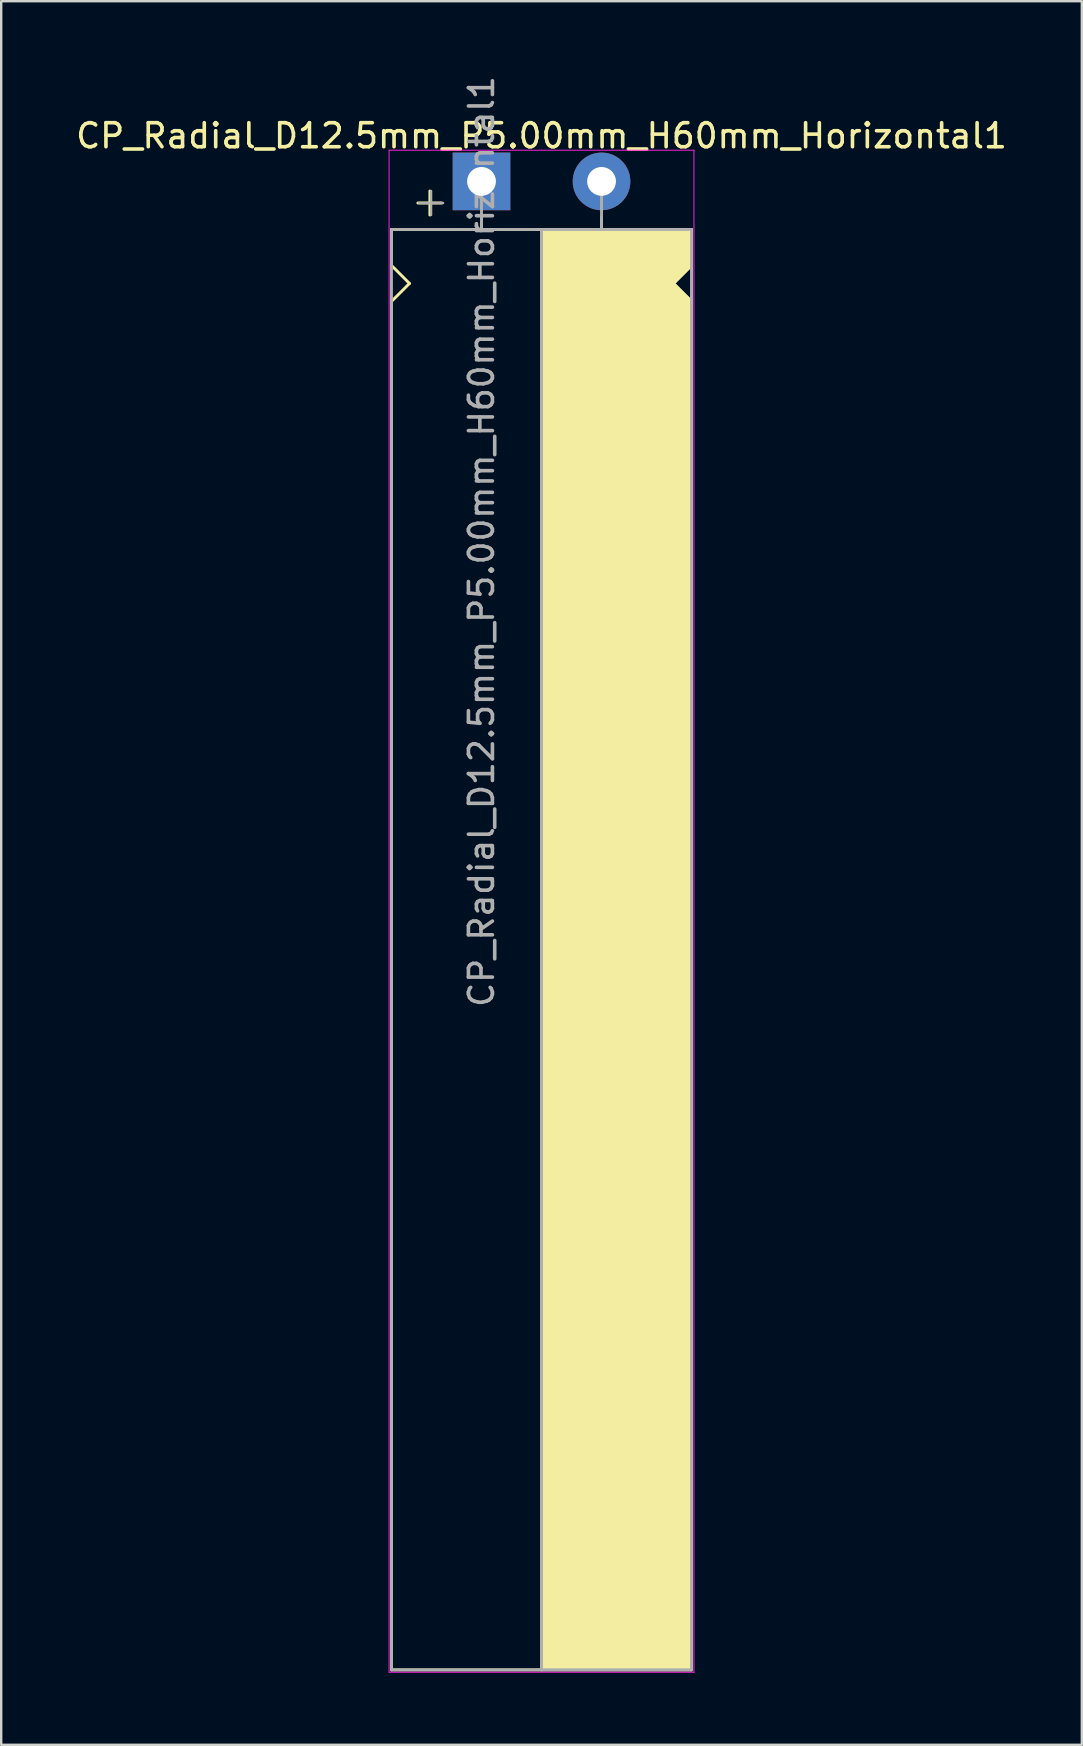
<source format=kicad_pcb>
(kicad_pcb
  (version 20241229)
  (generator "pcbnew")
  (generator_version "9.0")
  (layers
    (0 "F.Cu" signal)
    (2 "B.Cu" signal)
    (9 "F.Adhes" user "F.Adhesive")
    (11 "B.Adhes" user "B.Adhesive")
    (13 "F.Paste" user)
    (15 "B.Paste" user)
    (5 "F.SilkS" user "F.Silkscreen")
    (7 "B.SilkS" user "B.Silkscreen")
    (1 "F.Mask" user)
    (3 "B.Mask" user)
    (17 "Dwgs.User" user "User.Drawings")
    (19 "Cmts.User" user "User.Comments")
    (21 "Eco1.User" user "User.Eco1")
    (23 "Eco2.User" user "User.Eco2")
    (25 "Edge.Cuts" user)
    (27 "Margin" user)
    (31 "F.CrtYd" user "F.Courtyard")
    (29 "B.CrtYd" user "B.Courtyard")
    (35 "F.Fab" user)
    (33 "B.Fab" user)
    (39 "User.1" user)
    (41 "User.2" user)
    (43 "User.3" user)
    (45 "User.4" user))
  (footprint "CP_Radial_D12.5mm_P5.00mm_H60mm_Horizontal1"
    (layer "F.Cu")
    (at 17.006 4.506)
    (property "Reference" "CP_Radial_D12.5mm_P5.00mm_H60mm_Horizontal1" (at 2.5 -1.9 180) (layer "F.SilkS") (effects (font (size 1 1) (thickness 0.15))))
    (attr through_hole)
    (fp_line (start -3.75 2) (end -3.75 3.5) (stroke (width 0.12) (type solid)) (layer "F.SilkS"))
    (fp_line (start -3.75 3.5) (end -3 4.25) (stroke (width 0.12) (type solid)) (layer "F.SilkS"))
    (fp_line (start -3.75 5) (end -3.75 62) (stroke (width 0.12) (type solid)) (layer "F.SilkS"))
    (fp_line (start -3 4.25) (end -3.75 5) (stroke (width 0.12) (type solid)) (layer "F.SilkS"))
    (fp_line (start -2.15 0.4) (end -2.15 1.4) (stroke (width 0.12) (type solid)) (layer "F.SilkS"))
    (fp_line (start -1.65 0.9) (end -2.65 0.9) (stroke (width 0.12) (type solid)) (layer "F.SilkS"))
    (fp_line (start 0 1.5) (end 0 2) (stroke (width 0.12) (type solid)) (layer "F.SilkS"))
    (fp_line (start 2.5 2) (end -3.75 2) (stroke (width 0.12) (type solid)) (layer "F.SilkS"))
    (fp_line (start 2.5 2) (end 2.5 62) (stroke (width 0.12) (type solid)) (layer "F.SilkS"))
    (fp_line (start 2.5 2) (end 8.75 2) (stroke (width 0.12) (type solid)) (layer "F.SilkS"))
    (fp_line (start 5 1.5) (end 5 2) (stroke (width 0.12) (type solid)) (layer "F.SilkS"))
    (fp_line (start 8 4.25) (end 8.75 5) (stroke (width 0.12) (type solid)) (layer "F.SilkS"))
    (fp_line (start 8.75 2) (end 8.75 3.5) (stroke (width 0.12) (type solid)) (layer "F.SilkS"))
    (fp_line (start 8.75 3.5) (end 8 4.25) (stroke (width 0.12) (type solid)) (layer "F.SilkS"))
    (fp_line (start 8.75 5) (end 8.75 62) (stroke (width 0.12) (type solid)) (layer "F.SilkS"))
    (fp_line (start 8.75 62) (end -3.75 62) (stroke (width 0.12) (type solid)) (layer "F.SilkS"))
    (fp_poly (pts (xy 8.75 3.5) (xy 8 4.25) (xy 8.75 5) (xy 8.75 62) (xy 2.5 62) (xy 2.5 2) (xy 8.75 2)) (stroke (width 0.1) (type solid)) (fill yes) (layer "F.SilkS"))
    (fp_line (start -3.85 -1.3) (end 8.85 -1.3) (stroke (width 0.04) (type solid)) (layer "F.CrtYd"))
    (fp_line (start -3.85 62.1) (end -3.85 -1.3) (stroke (width 0.04) (type solid)) (layer "F.CrtYd"))
    (fp_line (start 8.85 -1.3) (end 8.85 62.1) (stroke (width 0.04) (type solid)) (layer "F.CrtYd"))
    (fp_line (start 8.85 62.1) (end -3.85 62.1) (stroke (width 0.04) (type solid)) (layer "F.CrtYd"))
    (fp_line (start -3.75 2) (end -3.75 62) (stroke (width 0.12) (type solid)) (layer "F.Fab"))
    (fp_line (start -3.75 62) (end 8.75 62) (stroke (width 0.12) (type solid)) (layer "F.Fab"))
    (fp_line (start -2.6 0.9) (end -1.6 0.9) (stroke (width 0.1) (type solid)) (layer "F.Fab"))
    (fp_line (start -2.1 1.4) (end -2.1 0.4) (stroke (width 0.1) (type solid)) (layer "F.Fab"))
    (fp_line (start 0 0) (end 0 2) (stroke (width 0.12) (type solid)) (layer "F.Fab"))
    (fp_line (start 0 2) (end -3.75 2) (stroke (width 0.12) (type solid)) (layer "F.Fab"))
    (fp_line (start 2.5 2) (end 2.5 62) (stroke (width 0.12) (type solid)) (layer "F.Fab"))
    (fp_line (start 5 2) (end 5 0) (stroke (width 0.12) (type solid)) (layer "F.Fab"))
    (fp_line (start 8.75 2) (end 0 2) (stroke (width 0.12) (type solid)) (layer "F.Fab"))
    (fp_line (start 8.75 62) (end 8.75 2) (stroke (width 0.12) (type solid)) (layer "F.Fab"))
    (fp_poly (pts (xy 8.75 62) (xy 2.5 62) (xy 2.5 2) (xy 8.75 2)) (stroke (width 0.1) (type solid)) (fill no) (layer "F.Fab"))
    (fp_text user "${REFERENCE}" (at 0 15 90) (layer "F.Fab") (effects (font (size 1 1) (thickness 0.15))))
    (pad "1" thru_hole rect (at 0 0) (size 2.4 2.4) (drill 1.2) (layers "*.Cu" "*.Mask"))
    (pad "2" thru_hole circle (at 5 0) (size 2.4 2.4) (drill 1.2) (layers "*.Cu" "*.Mask")))
  (gr_rect
    (start -3 -3)
    (end 42.012 69.626)
    (stroke (width 0.1) (type default))
    (fill no)
    (layer "Edge.Cuts")))
</source>
